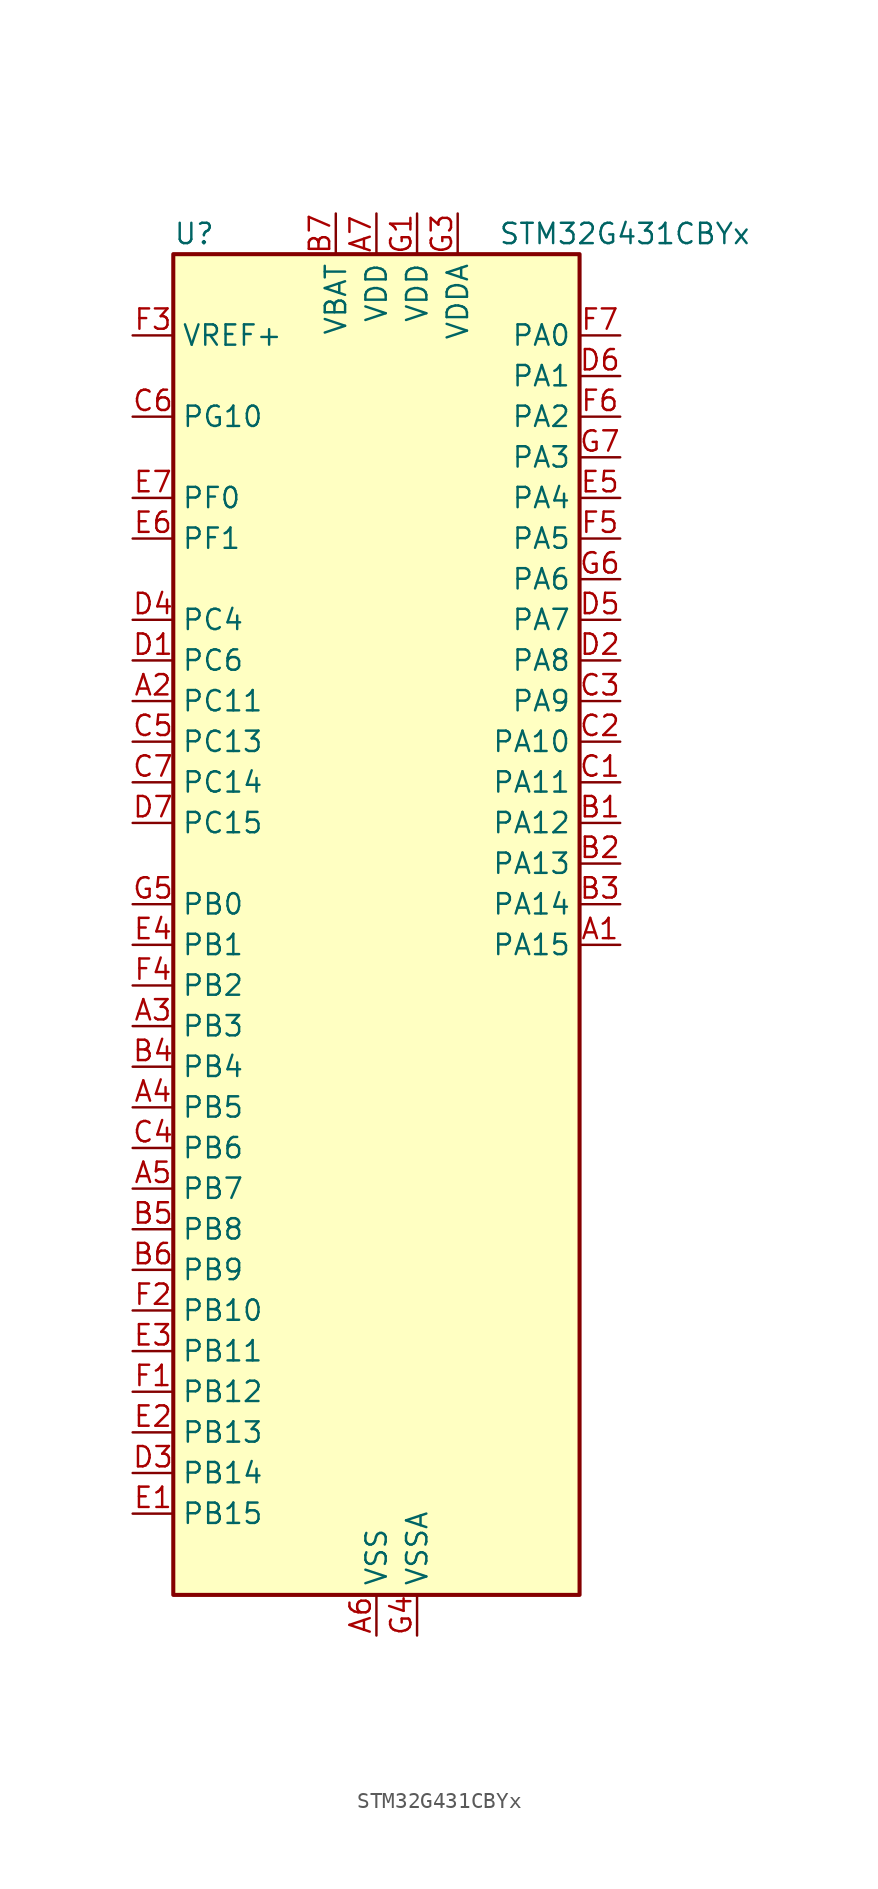
<source format=kicad_sym>
(kicad_symbol_lib
  (version 20241209)
  (generator "kicad_symbol_editor")
  (generator_version "9.0")
  (symbol "STM32G431CBYx"
    (property "Reference" "U"
      (at -12.7 44.45 0)
      (effects (font (size 1.27 1.27)) (justify left)))
    (property "Value" "STM32G431CBYx"
      (at 7.62 44.45 0)
      (effects (font (size 1.27 1.27)) (justify left)))
    (symbol "STM32G431CBYx_0_1"
      (rectangle (start -12.7 -40.64) (end 12.7 43.18) (stroke (width 0.254) (type default)) (fill (type background))))
    (symbol "STM32G431CBYx_1_1"
      (pin input line (at -15.24 38.1 0) (length 2.54) (name "VREF+" (effects (font (size 1.27 1.27)))) (number "F3" (effects (font (size 1.27 1.27)))) (alternate "VREFBUF_OUT" bidirectional line))
      (pin bidirectional line (at -15.24 33.02 0) (length 2.54) (name "PG10" (effects (font (size 1.27 1.27)))) (number "C6" (effects (font (size 1.27 1.27)))) (alternate "DAC1_EXTI10" bidirectional line) (alternate "DAC3_EXTI10" bidirectional line) (alternate "RCC_MCO" bidirectional line))
      (pin bidirectional line (at -15.24 27.94 0) (length 2.54) (name "PF0" (effects (font (size 1.27 1.27)))) (number "E7" (effects (font (size 1.27 1.27)))) (alternate "ADC1_IN10" bidirectional line) (alternate "I2C2_SDA" bidirectional line) (alternate "I2S2_WS" bidirectional line) (alternate "RCC_OSC_IN" bidirectional line) (alternate "SPI2_NSS" bidirectional line) (alternate "TIM1_CH3N" bidirectional line))
      (pin bidirectional line (at -15.24 25.4 0) (length 2.54) (name "PF1" (effects (font (size 1.27 1.27)))) (number "E6" (effects (font (size 1.27 1.27)))) (alternate "ADC2_IN10" bidirectional line) (alternate "COMP3_INM" bidirectional line) (alternate "I2S2_CK" bidirectional line) (alternate "RCC_OSC_OUT" bidirectional line) (alternate "SPI2_SCK" bidirectional line))
      (pin bidirectional line (at -15.24 20.32 0) (length 2.54) (name "PC4" (effects (font (size 1.27 1.27)))) (number "D4" (effects (font (size 1.27 1.27)))) (alternate "ADC2_IN5" bidirectional line) (alternate "I2C2_SCL" bidirectional line) (alternate "TIM1_ETR" bidirectional line) (alternate "USART1_TX" bidirectional line))
      (pin bidirectional line (at -15.24 17.78 0) (length 2.54) (name "PC6" (effects (font (size 1.27 1.27)))) (number "D1" (effects (font (size 1.27 1.27)))) (alternate "I2S2_MCK" bidirectional line) (alternate "TIM3_CH1" bidirectional line) (alternate "TIM8_CH1" bidirectional line))
      (pin bidirectional line (at -15.24 15.24 0) (length 2.54) (name "PC11" (effects (font (size 1.27 1.27)))) (number "A2" (effects (font (size 1.27 1.27)))) (alternate "ADC1_EXTI11" bidirectional line) (alternate "ADC2_EXTI11" bidirectional line) (alternate "I2C3_SDA" bidirectional line) (alternate "SPI3_MISO" bidirectional line) (alternate "TIM8_CH2N" bidirectional line) (alternate "USART3_RX" bidirectional line))
      (pin bidirectional line (at -15.24 12.7 0) (length 2.54) (name "PC13" (effects (font (size 1.27 1.27)))) (number "C5" (effects (font (size 1.27 1.27)))) (alternate "RTC_OUT1" bidirectional line) (alternate "RTC_TAMP1" bidirectional line) (alternate "RTC_TS" bidirectional line) (alternate "SYS_WKUP2" bidirectional line) (alternate "TIM1_BKIN" bidirectional line) (alternate "TIM1_CH1N" bidirectional line) (alternate "TIM8_CH4N" bidirectional line))
      (pin bidirectional line (at -15.24 10.16 0) (length 2.54) (name "PC14" (effects (font (size 1.27 1.27)))) (number "C7" (effects (font (size 1.27 1.27)))) (alternate "RCC_OSC32_IN" bidirectional line))
      (pin bidirectional line (at -15.24 7.62 0) (length 2.54) (name "PC15" (effects (font (size 1.27 1.27)))) (number "D7" (effects (font (size 1.27 1.27)))) (alternate "ADC1_EXTI15" bidirectional line) (alternate "ADC2_EXTI15" bidirectional line) (alternate "RCC_OSC32_OUT" bidirectional line))
      (pin bidirectional line (at -15.24 2.54 0) (length 2.54) (name "PB0" (effects (font (size 1.27 1.27)))) (number "G5" (effects (font (size 1.27 1.27)))) (alternate "ADC1_IN15" bidirectional line) (alternate "COMP4_INP" bidirectional line) (alternate "OPAMP2_VINP" bidirectional line) (alternate "OPAMP2_VINP_SEC" bidirectional line) (alternate "OPAMP3_VINP" bidirectional line) (alternate "OPAMP3_VINP_SEC" bidirectional line) (alternate "TIM1_CH2N" bidirectional line) (alternate "TIM3_CH3" bidirectional line) (alternate "TIM8_CH2N" bidirectional line) (alternate "UCPD1_FRSTX1" bidirectional line) (alternate "UCPD1_FRSTX2" bidirectional line))
      (pin bidirectional line (at -15.24 0 0) (length 2.54) (name "PB1" (effects (font (size 1.27 1.27)))) (number "E4" (effects (font (size 1.27 1.27)))) (alternate "ADC1_IN12" bidirectional line) (alternate "COMP1_INP" bidirectional line) (alternate "COMP4_OUT" bidirectional line) (alternate "LPUART1_DE" bidirectional line) (alternate "LPUART1_RTS" bidirectional line) (alternate "OPAMP3_VOUT" bidirectional line) (alternate "TIM1_CH3N" bidirectional line) (alternate "TIM3_CH4" bidirectional line) (alternate "TIM8_CH3N" bidirectional line))
      (pin bidirectional line (at -15.24 -2.54 0) (length 2.54) (name "PB2" (effects (font (size 1.27 1.27)))) (number "F4" (effects (font (size 1.27 1.27)))) (alternate "ADC2_IN12" bidirectional line) (alternate "COMP4_INM" bidirectional line) (alternate "I2C3_SMBA" bidirectional line) (alternate "LPTIM1_OUT" bidirectional line) (alternate "OPAMP3_VINM" bidirectional line) (alternate "OPAMP3_VINM0" bidirectional line) (alternate "OPAMP3_VINM_SEC" bidirectional line) (alternate "RTC_OUT2" bidirectional line))
      (pin bidirectional line (at -15.24 -5.08 0) (length 2.54) (name "PB3" (effects (font (size 1.27 1.27)))) (number "A3" (effects (font (size 1.27 1.27)))) (alternate "CRS_SYNC" bidirectional line) (alternate "I2S3_CK" bidirectional line) (alternate "SAI1_SCK_B" bidirectional line) (alternate "SPI1_SCK" bidirectional line) (alternate "SPI3_SCK" bidirectional line) (alternate "SYS_JTDO-SWO" bidirectional line) (alternate "TIM2_CH2" bidirectional line) (alternate "TIM3_ETR" bidirectional line) (alternate "TIM4_ETR" bidirectional line) (alternate "TIM8_CH1N" bidirectional line) (alternate "USART2_TX" bidirectional line))
      (pin bidirectional line (at -15.24 -7.62 0) (length 2.54) (name "PB4" (effects (font (size 1.27 1.27)))) (number "B4" (effects (font (size 1.27 1.27)))) (alternate "SAI1_MCLK_B" bidirectional line) (alternate "SPI1_MISO" bidirectional line) (alternate "SPI3_MISO" bidirectional line) (alternate "SYS_JTRST" bidirectional line) (alternate "TIM16_CH1" bidirectional line) (alternate "TIM17_BKIN" bidirectional line) (alternate "TIM3_CH1" bidirectional line) (alternate "TIM8_CH2N" bidirectional line) (alternate "UCPD1_CC2" bidirectional line) (alternate "USART2_RX" bidirectional line))
      (pin bidirectional line (at -15.24 -10.16 0) (length 2.54) (name "PB5" (effects (font (size 1.27 1.27)))) (number "A4" (effects (font (size 1.27 1.27)))) (alternate "I2C1_SMBA" bidirectional line) (alternate "I2C3_SDA" bidirectional line) (alternate "I2S3_SD" bidirectional line) (alternate "LPTIM1_IN1" bidirectional line) (alternate "SAI1_SD_B" bidirectional line) (alternate "SPI1_MOSI" bidirectional line) (alternate "SPI3_MOSI" bidirectional line) (alternate "TIM16_BKIN" bidirectional line) (alternate "TIM17_CH1" bidirectional line) (alternate "TIM3_CH2" bidirectional line) (alternate "TIM8_CH3N" bidirectional line) (alternate "USART2_CK" bidirectional line))
      (pin bidirectional line (at -15.24 -12.7 0) (length 2.54) (name "PB6" (effects (font (size 1.27 1.27)))) (number "C4" (effects (font (size 1.27 1.27)))) (alternate "COMP4_OUT" bidirectional line) (alternate "LPTIM1_ETR" bidirectional line) (alternate "SAI1_FS_B" bidirectional line) (alternate "TIM16_CH1N" bidirectional line) (alternate "TIM4_CH1" bidirectional line) (alternate "TIM8_BKIN2" bidirectional line) (alternate "TIM8_CH1" bidirectional line) (alternate "TIM8_ETR" bidirectional line) (alternate "UCPD1_CC1" bidirectional line) (alternate "USART1_TX" bidirectional line))
      (pin bidirectional line (at -15.24 -15.24 0) (length 2.54) (name "PB7" (effects (font (size 1.27 1.27)))) (number "A5" (effects (font (size 1.27 1.27)))) (alternate "COMP3_OUT" bidirectional line) (alternate "I2C1_SDA" bidirectional line) (alternate "LPTIM1_IN2" bidirectional line) (alternate "SYS_PVD_IN" bidirectional line) (alternate "TIM17_CH1N" bidirectional line) (alternate "TIM3_CH4" bidirectional line) (alternate "TIM4_CH2" bidirectional line) (alternate "TIM8_BKIN" bidirectional line) (alternate "USART1_RX" bidirectional line))
      (pin bidirectional line (at -15.24 -17.78 0) (length 2.54) (name "PB8" (effects (font (size 1.27 1.27)))) (number "B5" (effects (font (size 1.27 1.27)))) (alternate "COMP1_OUT" bidirectional line) (alternate "FDCAN1_RX" bidirectional line) (alternate "I2C1_SCL" bidirectional line) (alternate "SAI1_CK1" bidirectional line) (alternate "SAI1_MCLK_A" bidirectional line) (alternate "TIM16_CH1" bidirectional line) (alternate "TIM1_BKIN" bidirectional line) (alternate "TIM4_CH3" bidirectional line) (alternate "TIM8_CH2" bidirectional line) (alternate "USART3_RX" bidirectional line))
      (pin bidirectional line (at -15.24 -20.32 0) (length 2.54) (name "PB9" (effects (font (size 1.27 1.27)))) (number "B6" (effects (font (size 1.27 1.27)))) (alternate "COMP2_OUT" bidirectional line) (alternate "DAC1_EXTI9" bidirectional line) (alternate "DAC3_EXTI9" bidirectional line) (alternate "FDCAN1_TX" bidirectional line) (alternate "I2C1_SDA" bidirectional line) (alternate "IR_OUT" bidirectional line) (alternate "SAI1_D2" bidirectional line) (alternate "SAI1_FS_A" bidirectional line) (alternate "TIM17_CH1" bidirectional line) (alternate "TIM1_CH3N" bidirectional line) (alternate "TIM4_CH4" bidirectional line) (alternate "TIM8_CH3" bidirectional line) (alternate "USART3_TX" bidirectional line))
      (pin bidirectional line (at -15.24 -22.86 0) (length 2.54) (name "PB10" (effects (font (size 1.27 1.27)))) (number "F2" (effects (font (size 1.27 1.27)))) (alternate "DAC1_EXTI10" bidirectional line) (alternate "DAC3_EXTI10" bidirectional line) (alternate "LPUART1_RX" bidirectional line) (alternate "OPAMP3_VINM" bidirectional line) (alternate "OPAMP3_VINM1" bidirectional line) (alternate "OPAMP3_VINM_SEC" bidirectional line) (alternate "SAI1_SCK_A" bidirectional line) (alternate "TIM1_BKIN" bidirectional line) (alternate "TIM2_CH3" bidirectional line) (alternate "USART3_TX" bidirectional line))
      (pin bidirectional line (at -15.24 -25.4 0) (length 2.54) (name "PB11" (effects (font (size 1.27 1.27)))) (number "E3" (effects (font (size 1.27 1.27)))) (alternate "ADC1_EXTI11" bidirectional line) (alternate "ADC1_IN14" bidirectional line) (alternate "ADC2_EXTI11" bidirectional line) (alternate "ADC2_IN14" bidirectional line) (alternate "LPUART1_TX" bidirectional line) (alternate "TIM2_CH4" bidirectional line) (alternate "USART3_RX" bidirectional line))
      (pin bidirectional line (at -15.24 -27.94 0) (length 2.54) (name "PB12" (effects (font (size 1.27 1.27)))) (number "F1" (effects (font (size 1.27 1.27)))) (alternate "ADC1_IN11" bidirectional line) (alternate "I2C2_SMBA" bidirectional line) (alternate "I2S2_WS" bidirectional line) (alternate "LPUART1_DE" bidirectional line) (alternate "LPUART1_RTS" bidirectional line) (alternate "SPI2_NSS" bidirectional line) (alternate "TIM1_BKIN" bidirectional line) (alternate "USART3_CK" bidirectional line))
      (pin bidirectional line (at -15.24 -30.48 0) (length 2.54) (name "PB13" (effects (font (size 1.27 1.27)))) (number "E2" (effects (font (size 1.27 1.27)))) (alternate "I2S2_CK" bidirectional line) (alternate "LPUART1_CTS" bidirectional line) (alternate "OPAMP3_VINP" bidirectional line) (alternate "OPAMP3_VINP_SEC" bidirectional line) (alternate "SPI2_SCK" bidirectional line) (alternate "TIM1_CH1N" bidirectional line) (alternate "USART3_CTS" bidirectional line) (alternate "USART3_NSS" bidirectional line))
      (pin bidirectional line (at -15.24 -33.02 0) (length 2.54) (name "PB14" (effects (font (size 1.27 1.27)))) (number "D3" (effects (font (size 1.27 1.27)))) (alternate "ADC1_IN5" bidirectional line) (alternate "COMP4_OUT" bidirectional line) (alternate "OPAMP2_VINP" bidirectional line) (alternate "OPAMP2_VINP_SEC" bidirectional line) (alternate "SPI2_MISO" bidirectional line) (alternate "TIM15_CH1" bidirectional line) (alternate "TIM1_CH2N" bidirectional line) (alternate "USART3_DE" bidirectional line) (alternate "USART3_RTS" bidirectional line))
      (pin bidirectional line (at -15.24 -35.56 0) (length 2.54) (name "PB15" (effects (font (size 1.27 1.27)))) (number "E1" (effects (font (size 1.27 1.27)))) (alternate "ADC1_EXTI15" bidirectional line) (alternate "ADC2_EXTI15" bidirectional line) (alternate "ADC2_IN15" bidirectional line) (alternate "COMP3_OUT" bidirectional line) (alternate "I2S2_SD" bidirectional line) (alternate "RTC_REFIN" bidirectional line) (alternate "SPI2_MOSI" bidirectional line) (alternate "TIM15_CH1N" bidirectional line) (alternate "TIM15_CH2" bidirectional line) (alternate "TIM1_CH3N" bidirectional line))
      (pin power_in line (at -2.54 45.72 270) (length 2.54) (name "VBAT" (effects (font (size 1.27 1.27)))) (number "B7" (effects (font (size 1.27 1.27)))))
      (pin power_in line (at 0 45.72 270) (length 2.54) (name "VDD" (effects (font (size 1.27 1.27)))) (number "A7" (effects (font (size 1.27 1.27)))))
      (pin power_in line (at 0 -43.18 90) (length 2.54) (name "VSS" (effects (font (size 1.27 1.27)))) (number "A6" (effects (font (size 1.27 1.27)))))
      (pin passive line (at 0 -43.18 90) (length 2.54) (hide yes) (name "VSS" (effects (font (size 1.27 1.27)))) (number "G2" (effects (font (size 1.27 1.27)))))
      (pin power_in line (at 2.54 45.72 270) (length 2.54) (name "VDD" (effects (font (size 1.27 1.27)))) (number "G1" (effects (font (size 1.27 1.27)))))
      (pin power_in line (at 2.54 -43.18 90) (length 2.54) (name "VSSA" (effects (font (size 1.27 1.27)))) (number "G4" (effects (font (size 1.27 1.27)))))
      (pin power_in line (at 5.08 45.72 270) (length 2.54) (name "VDDA" (effects (font (size 1.27 1.27)))) (number "G3" (effects (font (size 1.27 1.27)))))
      (pin bidirectional line (at 15.24 38.1 180) (length 2.54) (name "PA0" (effects (font (size 1.27 1.27)))) (number "F7" (effects (font (size 1.27 1.27)))) (alternate "ADC1_IN1" bidirectional line) (alternate "ADC2_IN1" bidirectional line) (alternate "COMP1_INM" bidirectional line) (alternate "COMP1_OUT" bidirectional line) (alternate "COMP3_INP" bidirectional line) (alternate "RTC_TAMP2" bidirectional line) (alternate "SYS_WKUP1" bidirectional line) (alternate "TIM2_CH1" bidirectional line) (alternate "TIM2_ETR" bidirectional line) (alternate "TIM8_BKIN" bidirectional line) (alternate "TIM8_ETR" bidirectional line) (alternate "USART2_CTS" bidirectional line) (alternate "USART2_NSS" bidirectional line))
      (pin bidirectional line (at 15.24 35.56 180) (length 2.54) (name "PA1" (effects (font (size 1.27 1.27)))) (number "D6" (effects (font (size 1.27 1.27)))) (alternate "ADC1_IN2" bidirectional line) (alternate "ADC2_IN2" bidirectional line) (alternate "COMP1_INP" bidirectional line) (alternate "OPAMP1_VINP" bidirectional line) (alternate "OPAMP1_VINP_SEC" bidirectional line) (alternate "OPAMP3_VINP" bidirectional line) (alternate "OPAMP3_VINP_SEC" bidirectional line) (alternate "RTC_REFIN" bidirectional line) (alternate "TIM15_CH1N" bidirectional line) (alternate "TIM2_CH2" bidirectional line) (alternate "USART2_DE" bidirectional line) (alternate "USART2_RTS" bidirectional line))
      (pin bidirectional line (at 15.24 33.02 180) (length 2.54) (name "PA2" (effects (font (size 1.27 1.27)))) (number "F6" (effects (font (size 1.27 1.27)))) (alternate "ADC1_IN3" bidirectional line) (alternate "COMP2_INM" bidirectional line) (alternate "COMP2_OUT" bidirectional line) (alternate "LPUART1_TX" bidirectional line) (alternate "OPAMP1_VOUT" bidirectional line) (alternate "RCC_LSCO" bidirectional line) (alternate "SYS_WKUP4" bidirectional line) (alternate "TIM15_CH1" bidirectional line) (alternate "TIM2_CH3" bidirectional line) (alternate "UCPD1_FRSTX1" bidirectional line) (alternate "UCPD1_FRSTX2" bidirectional line) (alternate "USART2_TX" bidirectional line))
      (pin bidirectional line (at 15.24 30.48 180) (length 2.54) (name "PA3" (effects (font (size 1.27 1.27)))) (number "G7" (effects (font (size 1.27 1.27)))) (alternate "ADC1_IN4" bidirectional line) (alternate "COMP2_INP" bidirectional line) (alternate "LPUART1_RX" bidirectional line) (alternate "OPAMP1_VINM" bidirectional line) (alternate "OPAMP1_VINM0" bidirectional line) (alternate "OPAMP1_VINM_SEC" bidirectional line) (alternate "OPAMP1_VINP" bidirectional line) (alternate "OPAMP1_VINP_SEC" bidirectional line) (alternate "SAI1_CK1" bidirectional line) (alternate "SAI1_MCLK_A" bidirectional line) (alternate "TIM15_CH2" bidirectional line) (alternate "TIM2_CH4" bidirectional line) (alternate "USART2_RX" bidirectional line))
      (pin bidirectional line (at 15.24 27.94 180) (length 2.54) (name "PA4" (effects (font (size 1.27 1.27)))) (number "E5" (effects (font (size 1.27 1.27)))) (alternate "ADC2_IN17" bidirectional line) (alternate "COMP1_INM" bidirectional line) (alternate "DAC1_OUT1" bidirectional line) (alternate "I2S3_WS" bidirectional line) (alternate "SAI1_FS_B" bidirectional line) (alternate "SPI1_NSS" bidirectional line) (alternate "SPI3_NSS" bidirectional line) (alternate "TIM3_CH2" bidirectional line) (alternate "USART2_CK" bidirectional line))
      (pin bidirectional line (at 15.24 25.4 180) (length 2.54) (name "PA5" (effects (font (size 1.27 1.27)))) (number "F5" (effects (font (size 1.27 1.27)))) (alternate "ADC2_IN13" bidirectional line) (alternate "COMP2_INM" bidirectional line) (alternate "DAC1_OUT2" bidirectional line) (alternate "OPAMP2_VINM" bidirectional line) (alternate "OPAMP2_VINM0" bidirectional line) (alternate "OPAMP2_VINM_SEC" bidirectional line) (alternate "SPI1_SCK" bidirectional line) (alternate "TIM2_CH1" bidirectional line) (alternate "TIM2_ETR" bidirectional line) (alternate "UCPD1_FRSTX1" bidirectional line) (alternate "UCPD1_FRSTX2" bidirectional line))
      (pin bidirectional line (at 15.24 22.86 180) (length 2.54) (name "PA6" (effects (font (size 1.27 1.27)))) (number "G6" (effects (font (size 1.27 1.27)))) (alternate "ADC2_IN3" bidirectional line) (alternate "COMP1_OUT" bidirectional line) (alternate "LPUART1_CTS" bidirectional line) (alternate "OPAMP2_VOUT" bidirectional line) (alternate "SPI1_MISO" bidirectional line) (alternate "TIM16_CH1" bidirectional line) (alternate "TIM1_BKIN" bidirectional line) (alternate "TIM3_CH1" bidirectional line) (alternate "TIM8_BKIN" bidirectional line))
      (pin bidirectional line (at 15.24 20.32 180) (length 2.54) (name "PA7" (effects (font (size 1.27 1.27)))) (number "D5" (effects (font (size 1.27 1.27)))) (alternate "ADC2_IN4" bidirectional line) (alternate "COMP2_INP" bidirectional line) (alternate "COMP2_OUT" bidirectional line) (alternate "OPAMP1_VINP" bidirectional line) (alternate "OPAMP1_VINP_SEC" bidirectional line) (alternate "OPAMP2_VINP" bidirectional line) (alternate "OPAMP2_VINP_SEC" bidirectional line) (alternate "SPI1_MOSI" bidirectional line) (alternate "TIM17_CH1" bidirectional line) (alternate "TIM1_CH1N" bidirectional line) (alternate "TIM3_CH2" bidirectional line) (alternate "TIM8_CH1N" bidirectional line) (alternate "UCPD1_FRSTX1" bidirectional line) (alternate "UCPD1_FRSTX2" bidirectional line))
      (pin bidirectional line (at 15.24 17.78 180) (length 2.54) (name "PA8" (effects (font (size 1.27 1.27)))) (number "D2" (effects (font (size 1.27 1.27)))) (alternate "I2C2_SDA" bidirectional line) (alternate "I2C3_SCL" bidirectional line) (alternate "I2S2_MCK" bidirectional line) (alternate "RCC_MCO" bidirectional line) (alternate "SAI1_CK2" bidirectional line) (alternate "SAI1_SCK_A" bidirectional line) (alternate "TIM1_CH1" bidirectional line) (alternate "TIM4_ETR" bidirectional line) (alternate "USART1_CK" bidirectional line))
      (pin bidirectional line (at 15.24 15.24 180) (length 2.54) (name "PA9" (effects (font (size 1.27 1.27)))) (number "C3" (effects (font (size 1.27 1.27)))) (alternate "DAC1_EXTI9" bidirectional line) (alternate "DAC3_EXTI9" bidirectional line) (alternate "I2C2_SCL" bidirectional line) (alternate "I2C3_SMBA" bidirectional line) (alternate "I2S3_MCK" bidirectional line) (alternate "SAI1_FS_A" bidirectional line) (alternate "TIM15_BKIN" bidirectional line) (alternate "TIM1_CH2" bidirectional line) (alternate "TIM2_CH3" bidirectional line) (alternate "UCPD1_DBCC1" bidirectional line) (alternate "USART1_TX" bidirectional line))
      (pin bidirectional line (at 15.24 12.7 180) (length 2.54) (name "PA10" (effects (font (size 1.27 1.27)))) (number "C2" (effects (font (size 1.27 1.27)))) (alternate "CRS_SYNC" bidirectional line) (alternate "DAC1_EXTI10" bidirectional line) (alternate "DAC3_EXTI10" bidirectional line) (alternate "I2C2_SMBA" bidirectional line) (alternate "SAI1_D1" bidirectional line) (alternate "SAI1_SD_A" bidirectional line) (alternate "SPI2_MISO" bidirectional line) (alternate "TIM17_BKIN" bidirectional line) (alternate "TIM1_CH3" bidirectional line) (alternate "TIM2_CH4" bidirectional line) (alternate "TIM8_BKIN" bidirectional line) (alternate "UCPD1_DBCC2" bidirectional line) (alternate "USART1_RX" bidirectional line))
      (pin bidirectional line (at 15.24 10.16 180) (length 2.54) (name "PA11" (effects (font (size 1.27 1.27)))) (number "C1" (effects (font (size 1.27 1.27)))) (alternate "ADC1_EXTI11" bidirectional line) (alternate "ADC2_EXTI11" bidirectional line) (alternate "COMP1_OUT" bidirectional line) (alternate "FDCAN1_RX" bidirectional line) (alternate "I2S2_SD" bidirectional line) (alternate "SPI2_MOSI" bidirectional line) (alternate "TIM1_BKIN2" bidirectional line) (alternate "TIM1_CH1N" bidirectional line) (alternate "TIM1_CH4" bidirectional line) (alternate "TIM4_CH1" bidirectional line) (alternate "USART1_CTS" bidirectional line) (alternate "USART1_NSS" bidirectional line) (alternate "USB_DM" bidirectional line))
      (pin bidirectional line (at 15.24 7.62 180) (length 2.54) (name "PA12" (effects (font (size 1.27 1.27)))) (number "B1" (effects (font (size 1.27 1.27)))) (alternate "COMP2_OUT" bidirectional line) (alternate "FDCAN1_TX" bidirectional line) (alternate "I2S_CKIN" bidirectional line) (alternate "TIM16_CH1" bidirectional line) (alternate "TIM1_CH2N" bidirectional line) (alternate "TIM1_ETR" bidirectional line) (alternate "TIM4_CH2" bidirectional line) (alternate "USART1_DE" bidirectional line) (alternate "USART1_RTS" bidirectional line) (alternate "USB_DP" bidirectional line))
      (pin bidirectional line (at 15.24 5.08 180) (length 2.54) (name "PA13" (effects (font (size 1.27 1.27)))) (number "B2" (effects (font (size 1.27 1.27)))) (alternate "I2C1_SCL" bidirectional line) (alternate "IR_OUT" bidirectional line) (alternate "SAI1_SD_B" bidirectional line) (alternate "SYS_JTMS-SWDIO" bidirectional line) (alternate "TIM16_CH1N" bidirectional line) (alternate "TIM4_CH3" bidirectional line) (alternate "USART3_CTS" bidirectional line) (alternate "USART3_NSS" bidirectional line))
      (pin bidirectional line (at 15.24 2.54 180) (length 2.54) (name "PA14" (effects (font (size 1.27 1.27)))) (number "B3" (effects (font (size 1.27 1.27)))) (alternate "I2C1_SDA" bidirectional line) (alternate "LPTIM1_OUT" bidirectional line) (alternate "SAI1_FS_B" bidirectional line) (alternate "SYS_JTCK-SWCLK" bidirectional line) (alternate "TIM1_BKIN" bidirectional line) (alternate "TIM8_CH2" bidirectional line) (alternate "USART2_TX" bidirectional line))
      (pin bidirectional line (at 15.24 0 180) (length 2.54) (name "PA15" (effects (font (size 1.27 1.27)))) (number "A1" (effects (font (size 1.27 1.27)))) (alternate "ADC1_EXTI15" bidirectional line) (alternate "ADC2_EXTI15" bidirectional line) (alternate "I2C1_SCL" bidirectional line) (alternate "I2S3_WS" bidirectional line) (alternate "SPI1_NSS" bidirectional line) (alternate "SPI3_NSS" bidirectional line) (alternate "SYS_JTDI" bidirectional line) (alternate "TIM1_BKIN" bidirectional line) (alternate "TIM2_CH1" bidirectional line) (alternate "TIM2_ETR" bidirectional line) (alternate "TIM8_CH1" bidirectional line) (alternate "USART2_RX" bidirectional line)))))
</source>
